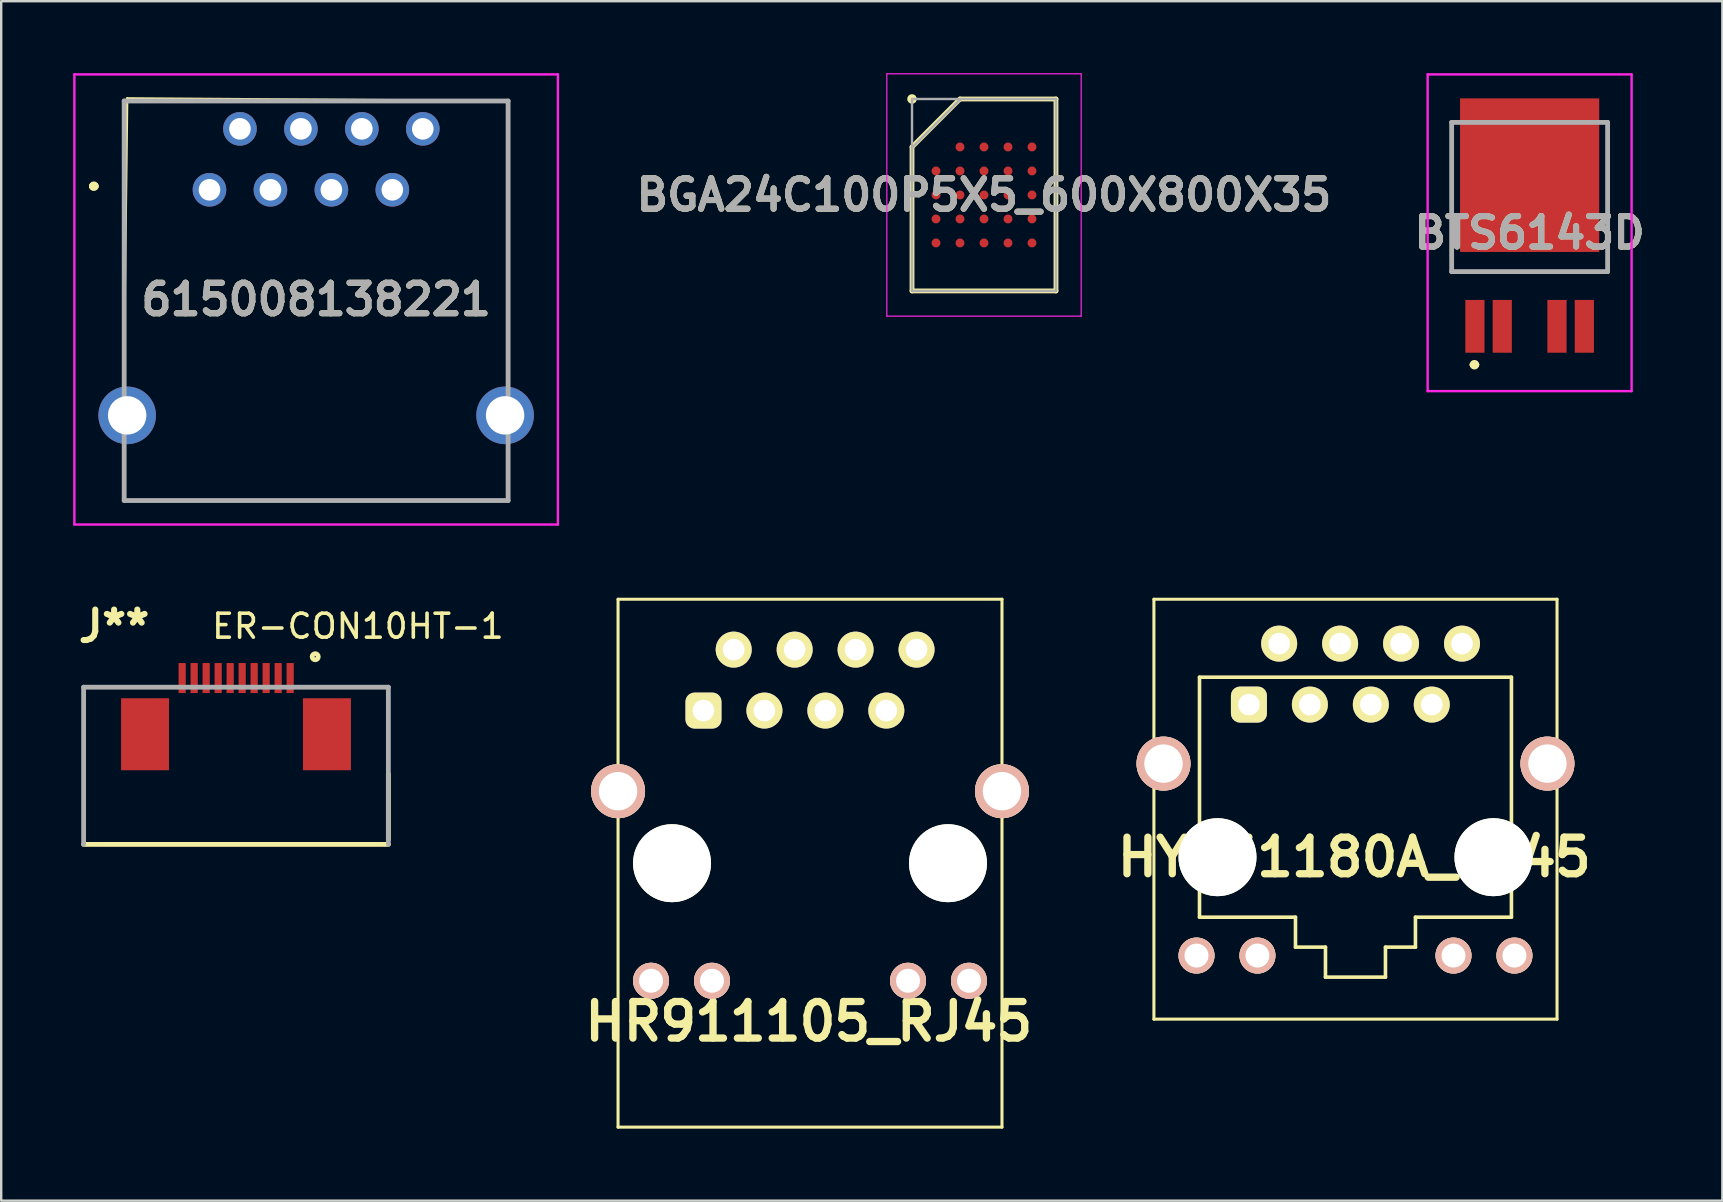
<source format=kicad_pcb>
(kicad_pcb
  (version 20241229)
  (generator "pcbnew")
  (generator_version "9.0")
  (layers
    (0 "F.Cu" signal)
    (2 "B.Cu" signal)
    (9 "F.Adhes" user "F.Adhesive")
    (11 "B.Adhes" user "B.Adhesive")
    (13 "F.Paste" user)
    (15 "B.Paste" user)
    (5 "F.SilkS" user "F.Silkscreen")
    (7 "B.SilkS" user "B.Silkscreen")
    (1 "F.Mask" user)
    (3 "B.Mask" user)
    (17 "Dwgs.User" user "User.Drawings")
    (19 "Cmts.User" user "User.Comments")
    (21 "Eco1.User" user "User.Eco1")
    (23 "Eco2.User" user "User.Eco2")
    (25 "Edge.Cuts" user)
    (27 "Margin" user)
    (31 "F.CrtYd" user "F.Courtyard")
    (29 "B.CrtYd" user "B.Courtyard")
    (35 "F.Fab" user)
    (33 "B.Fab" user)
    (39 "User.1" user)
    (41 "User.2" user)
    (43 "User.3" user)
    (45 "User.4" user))
  (footprint "HY951180A_RJ45"
    (layer "F.Cu")
    (at 53.439 32.673)
    (property "Reference" "HY951180A_RJ45" (at -0.051 0 0) (layer "F.SilkS") (effects (font (size 1.524 1.524) (thickness 0.305))))
    (attr through_hole)
    (fp_line (start -8.4 -10.75) (end -8.4 6.75) (stroke (width 0.127) (type solid)) (layer "F.SilkS"))
    (fp_line (start -8.4 -10.75) (end 8.4 -10.75) (stroke (width 0.127) (type solid)) (layer "F.SilkS"))
    (fp_line (start -8.4 6.75) (end 8.4 6.75) (stroke (width 0.127) (type solid)) (layer "F.SilkS"))
    (fp_line (start -6.5 -7.5) (end -6.5 2.5) (stroke (width 0.15) (type solid)) (layer "F.SilkS"))
    (fp_line (start -6.5 2.5) (end -2.5 2.5) (stroke (width 0.15) (type solid)) (layer "F.SilkS"))
    (fp_line (start -2.5 2.5) (end -2.5 3.75) (stroke (width 0.15) (type solid)) (layer "F.SilkS"))
    (fp_line (start -2.5 3.75) (end -1.25 3.75) (stroke (width 0.15) (type solid)) (layer "F.SilkS"))
    (fp_line (start -1.25 3.75) (end -1.25 5) (stroke (width 0.15) (type solid)) (layer "F.SilkS"))
    (fp_line (start -1.25 5) (end 1.25 5) (stroke (width 0.15) (type solid)) (layer "F.SilkS"))
    (fp_line (start 1.25 3.75) (end 1.25 5) (stroke (width 0.15) (type solid)) (layer "F.SilkS"))
    (fp_line (start 2.5 2.5) (end 6.5 2.5) (stroke (width 0.15) (type solid)) (layer "F.SilkS"))
    (fp_line (start 2.5 3.75) (end 1.25 3.75) (stroke (width 0.15) (type solid)) (layer "F.SilkS"))
    (fp_line (start 2.5 3.75) (end 2.5 2.5) (stroke (width 0.15) (type solid)) (layer "F.SilkS"))
    (fp_line (start 6.5 -7.5) (end -6.5 -7.5) (stroke (width 0.15) (type solid)) (layer "F.SilkS"))
    (fp_line (start 6.5 2.5) (end 6.5 -7.5) (stroke (width 0.15) (type solid)) (layer "F.SilkS"))
    (fp_line (start 8.4 -10.75) (end 8.4 6.75) (stroke (width 0.127) (type solid)) (layer "F.SilkS"))
    (pad "" np_thru_hole circle (at -5.75 0) (size 3.25 3.25) (drill 3.25) (layers "F.Cu" "F.SilkS"))
    (pad "" np_thru_hole circle (at 5.75 0) (size 3.25 3.25) (drill 3.25) (layers "F.Cu" "F.SilkS"))
    (pad "0" thru_hole circle (at -8 -3.9) (size 2.25 2.25) (drill 1.6) (layers "*.Cu" "*.SilkS" "*.Mask"))
    (pad "0" thru_hole circle (at 8 -3.9) (size 2.25 2.25) (drill 1.6) (layers "*.Cu" "*.SilkS" "*.Mask"))
    (pad "1" thru_hole roundrect (at -4.44 -6.36) (size 1.5 1.5) (drill 0.9) (layers "*.Cu" "*.Mask" "F.SilkS") (roundrect_rratio 0.25))
    (pad "2" thru_hole circle (at -3.18 -8.9) (size 1.5 1.5) (drill 0.9) (layers "*.Cu" "*.Mask" "F.SilkS"))
    (pad "3" thru_hole circle (at -1.9 -6.36) (size 1.5 1.5) (drill 0.9) (layers "*.Cu" "*.Mask" "F.SilkS"))
    (pad "4" thru_hole circle (at -0.64 -8.9) (size 1.5 1.5) (drill 0.9) (layers "*.Cu" "*.Mask" "F.SilkS"))
    (pad "5" thru_hole circle (at 0.64 -6.36) (size 1.5 1.5) (drill 0.9) (layers "*.Cu" "*.Mask" "F.SilkS"))
    (pad "6" thru_hole circle (at 1.9 -8.9) (size 1.5 1.5) (drill 0.9) (layers "*.Cu" "*.Mask" "F.SilkS"))
    (pad "7" thru_hole circle (at 3.18 -6.36) (size 1.5 1.5) (drill 0.9) (layers "*.Cu" "*.Mask" "F.SilkS"))
    (pad "8" thru_hole circle (at 4.44 -8.9) (size 1.5 1.5) (drill 0.9) (layers "*.Cu" "*.Mask" "F.SilkS"))
    (pad "9" thru_hole circle (at -6.625 4.1) (size 1.5 1.5) (drill 1) (layers "*.Cu" "*.SilkS" "*.Mask"))
    (pad "10" thru_hole circle (at -4.085 4.1) (size 1.5 1.5) (drill 1) (layers "*.Cu" "*.SilkS" "*.Mask"))
    (pad "11" thru_hole circle (at 4.085 4.1) (size 1.5 1.5) (drill 1) (layers "*.Cu" "*.SilkS" "*.Mask"))
    (pad "12" thru_hole circle (at 6.625 4.1) (size 1.5 1.5) (drill 1) (layers "*.Cu" "*.SilkS" "*.Mask")))
  (footprint "HR911105_RJ45"
    (layer "F.Cu")
    (at 30.707 32.923)
    (property "Reference" "HR911105_RJ45" (at -0.051 6.599 0) (layer "F.SilkS") (effects (font (size 1.524 1.524) (thickness 0.305))))
    (attr through_hole)
    (fp_line (start -8 -11) (end -8 11) (stroke (width 0.127) (type solid)) (layer "F.SilkS"))
    (fp_line (start -8 -11) (end 8 -11) (stroke (width 0.127) (type solid)) (layer "F.SilkS"))
    (fp_line (start -8 11) (end 8 11) (stroke (width 0.127) (type solid)) (layer "F.SilkS"))
    (fp_line (start 8 11) (end 8 -11) (stroke (width 0.127) (type solid)) (layer "F.SilkS"))
    (pad "" np_thru_hole circle (at -5.75 0) (size 3.25 3.25) (drill 3.25) (layers "F.Cu" "F.SilkS"))
    (pad "" np_thru_hole circle (at 5.75 0) (size 3.25 3.25) (drill 3.25) (layers "F.Cu" "F.SilkS"))
    (pad "0" thru_hole circle (at -8 -3) (size 2.25 2.25) (drill 1.6) (layers "*.Cu" "*.SilkS" "*.Mask"))
    (pad "0" thru_hole circle (at 8 -3) (size 2.25 2.25) (drill 1.6) (layers "*.Cu" "*.SilkS" "*.Mask"))
    (pad "1" thru_hole roundrect (at -4.44 -6.36) (size 1.5 1.5) (drill 0.9) (layers "*.Cu" "*.Mask" "F.SilkS") (roundrect_rratio 0.25))
    (pad "2" thru_hole circle (at -3.18 -8.9) (size 1.5 1.5) (drill 0.9) (layers "*.Cu" "*.Mask" "F.SilkS"))
    (pad "3" thru_hole circle (at -1.9 -6.36) (size 1.5 1.5) (drill 0.9) (layers "*.Cu" "*.Mask" "F.SilkS"))
    (pad "4" thru_hole circle (at -0.64 -8.9) (size 1.5 1.5) (drill 0.9) (layers "*.Cu" "*.Mask" "F.SilkS"))
    (pad "5" thru_hole circle (at 0.64 -6.36) (size 1.5 1.5) (drill 0.9) (layers "*.Cu" "*.Mask" "F.SilkS"))
    (pad "6" thru_hole circle (at 1.9 -8.9) (size 1.5 1.5) (drill 0.9) (layers "*.Cu" "*.Mask" "F.SilkS"))
    (pad "7" thru_hole circle (at 3.18 -6.36) (size 1.5 1.5) (drill 0.9) (layers "*.Cu" "*.Mask" "F.SilkS"))
    (pad "8" thru_hole circle (at 4.44 -8.9) (size 1.5 1.5) (drill 0.9) (layers "*.Cu" "*.Mask" "F.SilkS"))
    (pad "9" thru_hole circle (at -6.625 4.9) (size 1.5 1.5) (drill 1) (layers "*.Cu" "*.SilkS" "*.Mask"))
    (pad "10" thru_hole circle (at -4.085 4.9) (size 1.5 1.5) (drill 1) (layers "*.Cu" "*.SilkS" "*.Mask"))
    (pad "11" thru_hole circle (at 4.085 4.9) (size 1.5 1.5) (drill 1) (layers "*.Cu" "*.SilkS" "*.Mask"))
    (pad "12" thru_hole circle (at 6.625 4.9) (size 1.5 1.5) (drill 1) (layers "*.Cu" "*.SilkS" "*.Mask")))
  (footprint "BGA24C100P5X5_600X800X35"
    (layer "F.Cu")
    (at 37.958 5.075)
    (property "Reference" "BGA24C100P5X5_600X800X35" (at 0 0 0) (layer "F.SilkS") (effects (font (size 1.27 1.27) (thickness 0.254))))
    (attr smd)
    (fp_line (start -3 -2) (end -1 -4) (stroke (width 0.2) (type solid)) (layer "F.SilkS"))
    (fp_line (start -3 4) (end -3 -2) (stroke (width 0.2) (type solid)) (layer "F.SilkS"))
    (fp_line (start -1 -4) (end 3 -4) (stroke (width 0.2) (type solid)) (layer "F.SilkS"))
    (fp_line (start 3 -4) (end 3 4) (stroke (width 0.2) (type solid)) (layer "F.SilkS"))
    (fp_line (start 3 4) (end -3 4) (stroke (width 0.2) (type solid)) (layer "F.SilkS"))
    (fp_circle (center -3 -4) (end -3 -3.9) (stroke (width 0.2) (type solid)) (fill no) (layer "F.SilkS"))
    (fp_line (start -4.05 -5.05) (end 4.05 -5.05) (stroke (width 0.05) (type solid)) (layer "F.CrtYd"))
    (fp_line (start -4.05 5.05) (end -4.05 -5.05) (stroke (width 0.05) (type solid)) (layer "F.CrtYd"))
    (fp_line (start 4.05 -5.05) (end 4.05 5.05) (stroke (width 0.05) (type solid)) (layer "F.CrtYd"))
    (fp_line (start 4.05 5.05) (end -4.05 5.05) (stroke (width 0.05) (type solid)) (layer "F.CrtYd"))
    (fp_line (start -3 -4) (end 3 -4) (stroke (width 0.1) (type solid)) (layer "F.Fab"))
    (fp_line (start -3 -1.975) (end -0.975 -4) (stroke (width 0.1) (type solid)) (layer "F.Fab"))
    (fp_line (start -3 4) (end -3 -4) (stroke (width 0.1) (type solid)) (layer "F.Fab"))
    (fp_line (start 3 -4) (end 3 4) (stroke (width 0.1) (type solid)) (layer "F.Fab"))
    (fp_line (start 3 4) (end -3 4) (stroke (width 0.1) (type solid)) (layer "F.Fab"))
    (fp_text user "${REFERENCE}" (at 0 0 0) (layer "F.Fab") (effects (font (size 1.27 1.27) (thickness 0.254))))
    (pad "A2" smd circle (at -1 -2 90) (size 0.37 0.37) (layers "F.Cu" "F.Mask" "F.Paste"))
    (pad "A3" smd circle (at 0 -2 90) (size 0.37 0.37) (layers "F.Cu" "F.Mask" "F.Paste"))
    (pad "A4" smd circle (at 1 -2 90) (size 0.37 0.37) (layers "F.Cu" "F.Mask" "F.Paste"))
    (pad "A5" smd circle (at 2 -2 90) (size 0.37 0.37) (layers "F.Cu" "F.Mask" "F.Paste"))
    (pad "B1" smd circle (at -2 -1 90) (size 0.37 0.37) (layers "F.Cu" "F.Mask" "F.Paste"))
    (pad "B2" smd circle (at -1 -1 90) (size 0.37 0.37) (layers "F.Cu" "F.Mask" "F.Paste"))
    (pad "B3" smd circle (at 0 -1 90) (size 0.37 0.37) (layers "F.Cu" "F.Mask" "F.Paste"))
    (pad "B4" smd circle (at 1 -1 90) (size 0.37 0.37) (layers "F.Cu" "F.Mask" "F.Paste"))
    (pad "B5" smd circle (at 2 -1 90) (size 0.37 0.37) (layers "F.Cu" "F.Mask" "F.Paste"))
    (pad "C1" smd circle (at -2 0 90) (size 0.37 0.37) (layers "F.Cu" "F.Mask" "F.Paste"))
    (pad "C2" smd circle (at -1 0 90) (size 0.37 0.37) (layers "F.Cu" "F.Mask" "F.Paste"))
    (pad "C3" smd circle (at 0 0 90) (size 0.37 0.37) (layers "F.Cu" "F.Mask" "F.Paste"))
    (pad "C4" smd circle (at 1 0 90) (size 0.37 0.37) (layers "F.Cu" "F.Mask" "F.Paste"))
    (pad "C5" smd circle (at 2 0 90) (size 0.37 0.37) (layers "F.Cu" "F.Mask" "F.Paste"))
    (pad "D1" smd circle (at -2 1 90) (size 0.37 0.37) (layers "F.Cu" "F.Mask" "F.Paste"))
    (pad "D2" smd circle (at -1 1 90) (size 0.37 0.37) (layers "F.Cu" "F.Mask" "F.Paste"))
    (pad "D3" smd circle (at 0 1 90) (size 0.37 0.37) (layers "F.Cu" "F.Mask" "F.Paste"))
    (pad "D4" smd circle (at 1 1 90) (size 0.37 0.37) (layers "F.Cu" "F.Mask" "F.Paste"))
    (pad "D5" smd circle (at 2 1 90) (size 0.37 0.37) (layers "F.Cu" "F.Mask" "F.Paste"))
    (pad "E1" smd circle (at -2 2 90) (size 0.37 0.37) (layers "F.Cu" "F.Mask" "F.Paste"))
    (pad "E2" smd circle (at -1 2 90) (size 0.37 0.37) (layers "F.Cu" "F.Mask" "F.Paste"))
    (pad "E3" smd circle (at 0 2 90) (size 0.37 0.37) (layers "F.Cu" "F.Mask" "F.Paste"))
    (pad "E4" smd circle (at 1 2 90) (size 0.37 0.37) (layers "F.Cu" "F.Mask" "F.Paste"))
    (pad "E5" smd circle (at 2 2 90) (size 0.37 0.37) (layers "F.Cu" "F.Mask" "F.Paste")))
  (footprint "ER-CON10HT-1"
    (layer "F.Cu")
    (at 6.785 28.129)
    (property "Reference" "ER-CON10HT-1" (at 5.08 -5.08 0) (layer "F.SilkS") (effects (font (size 1 1) (thickness 0.15))))
    (attr through_hole)
    (fp_line (start -6.35 4.01) (end 6.35 4.01) (stroke (width 0.2) (type solid)) (layer "F.SilkS"))
    (fp_line (start 6.35 3.81) (end 6.35 1.074) (stroke (width 0.2) (type solid)) (layer "F.SilkS"))
    (fp_circle (center 3.302 -3.81) (end 3.302 -3.783) (stroke (width 0.2) (type solid)) (fill no) (layer "F.SilkS"))
    (fp_line (start -6.35 -2.54) (end 6.35 -2.54) (stroke (width 0.2) (type solid)) (layer "F.Fab"))
    (fp_line (start -6.35 4.01) (end -6.35 -2.54) (stroke (width 0.2) (type solid)) (layer "F.Fab"))
    (fp_line (start 6.35 -2.54) (end 6.35 4.01) (stroke (width 0.2) (type solid)) (layer "F.Fab"))
    (fp_text user "J**" (at -5.08 -5.08 0) (layer "F.SilkS") (effects (font (size 1.27 1.27) (thickness 0.254))))
    (pad "1" smd rect (at 2.257 -2.922) (size 0.3 1.25) (layers "F.Cu" "F.Paste"))
    (pad "2" smd rect (at 1.757 -2.922) (size 0.3 1.25) (layers "F.Cu" "F.Paste"))
    (pad "3" smd rect (at 1.257 -2.922) (size 0.3 1.25) (layers "F.Cu" "F.Paste"))
    (pad "4" smd rect (at 0.757 -2.922) (size 0.3 1.25) (layers "F.Cu" "F.Paste"))
    (pad "5" smd rect (at 0.257 -2.922) (size 0.3 1.25) (layers "F.Cu" "F.Paste"))
    (pad "6" smd rect (at -0.243 -2.922) (size 0.3 1.25) (layers "F.Cu" "F.Paste"))
    (pad "7" smd rect (at -0.743 -2.922) (size 0.3 1.25) (layers "F.Cu" "F.Paste"))
    (pad "7" smd rect (at 3.79 -0.579 90) (size 3 2) (layers "F.Cu" "F.Paste"))
    (pad "8" smd rect (at -3.79 -0.579 90) (size 3 2) (layers "F.Cu" "F.Paste"))
    (pad "8" smd rect (at -1.243 -2.922) (size 0.3 1.25) (layers "F.Cu" "F.Paste"))
    (pad "9" smd rect (at -1.743 -2.922) (size 0.3 1.25) (layers "F.Cu" "F.Paste"))
    (pad "10" smd rect (at -2.243 -2.922) (size 0.3 1.25) (layers "F.Cu" "F.Paste")))
  (footprint "615008138221"
    (layer "F.Cu")
    (at 5.68 4.86)
    (property "Reference" "615008138221" (at 4.445 4.57 0) (layer "F.SilkS") (effects (font (size 1.27 1.27) (thickness 0.254))))
    (attr through_hole)
    (fp_line (start -4.87 -0.15) (end -4.87 -0.15) (stroke (width 0.3) (type solid)) (layer "F.SilkS"))
    (fp_line (start -4.77 -0.15) (end -4.77 -0.15) (stroke (width 0.3) (type solid)) (layer "F.SilkS"))
    (fp_line (start -3.555 6.35) (end -3.43 -3.81) (stroke (width 0.1) (type solid)) (layer "F.SilkS"))
    (fp_line (start -3.555 12.95) (end 12.32 12.95) (stroke (width 0.1) (type solid)) (layer "F.SilkS"))
    (fp_line (start -3.43 -3.81) (end 12.445 -3.7) (stroke (width 0.1) (type solid)) (layer "F.SilkS"))
    (fp_line (start 12.445 -3.7) (end 12.445 6.35) (stroke (width 0.1) (type solid)) (layer "F.SilkS"))
    (fp_arc (start -4.87 -0.15) (mid -4.82 -0.2) (end -4.77 -0.15) (stroke (width 0.3) (type solid)) (layer "F.SilkS"))
    (fp_arc (start -4.77 -0.15) (mid -4.82 -0.1) (end -4.87 -0.15) (stroke (width 0.3) (type solid)) (layer "F.SilkS"))
    (fp_line (start -5.63 -4.81) (end 14.52 -4.81) (stroke (width 0.1) (type solid)) (layer "F.CrtYd"))
    (fp_line (start -5.63 13.95) (end -5.63 -4.81) (stroke (width 0.1) (type solid)) (layer "F.CrtYd"))
    (fp_line (start 14.52 -4.81) (end 14.52 13.95) (stroke (width 0.1) (type solid)) (layer "F.CrtYd"))
    (fp_line (start 14.52 13.95) (end -5.63 13.95) (stroke (width 0.1) (type solid)) (layer "F.CrtYd"))
    (fp_line (start -3.555 -3.7) (end 12.445 -3.7) (stroke (width 0.2) (type solid)) (layer "F.Fab"))
    (fp_line (start -3.555 12.95) (end -3.555 -3.7) (stroke (width 0.2) (type solid)) (layer "F.Fab"))
    (fp_line (start 12.445 -3.7) (end 12.445 12.95) (stroke (width 0.2) (type solid)) (layer "F.Fab"))
    (fp_line (start 12.445 12.95) (end -3.555 12.95) (stroke (width 0.2) (type solid)) (layer "F.Fab"))
    (fp_text user "${REFERENCE}" (at 4.445 4.57 0) (layer "F.Fab") (effects (font (size 1.27 1.27) (thickness 0.254))))
    (pad "" np_thru_hole circle (at -1.27 6.35) (size 0.001 0.001) (drill 3.17) (layers "*.Cu" "*.Mask"))
    (pad "" np_thru_hole circle (at 10.16 6.35) (size 0.001 0.001) (drill 3.17) (layers "*.Cu" "*.Mask"))
    (pad "1" thru_hole circle (at 0 0) (size 1.4 1.4) (drill 0.9) (layers "*.Cu" "*.Mask"))
    (pad "2" thru_hole circle (at 1.27 -2.54) (size 1.4 1.4) (drill 0.9) (layers "*.Cu" "*.Mask"))
    (pad "3" thru_hole circle (at 2.54 0) (size 1.4 1.4) (drill 0.9) (layers "*.Cu" "*.Mask"))
    (pad "4" thru_hole circle (at 3.81 -2.54) (size 1.4 1.4) (drill 0.9) (layers "*.Cu" "*.Mask"))
    (pad "5" thru_hole circle (at 5.08 0) (size 1.4 1.4) (drill 0.9) (layers "*.Cu" "*.Mask"))
    (pad "6" thru_hole circle (at 6.35 -2.54) (size 1.4 1.4) (drill 0.9) (layers "*.Cu" "*.Mask"))
    (pad "7" thru_hole circle (at 7.62 0) (size 1.4 1.4) (drill 0.9) (layers "*.Cu" "*.Mask"))
    (pad "8" thru_hole circle (at 8.89 -2.54) (size 1.4 1.4) (drill 0.9) (layers "*.Cu" "*.Mask"))
    (pad "MH3" thru_hole circle (at -3.43 9.4) (size 2.4 2.4) (drill 1.6) (layers "*.Cu" "*.Mask"))
    (pad "MH4" thru_hole circle (at 12.32 9.4) (size 2.4 2.4) (drill 1.6) (layers "*.Cu" "*.Mask")))
  (footprint "BTS6143D"
    (layer "F.Cu")
    (at 60.697 7.15)
    (property "Reference" "BTS6143D" (at 0 -0.5 0) (layer "F.SilkS") (effects (font (size 1.27 1.27) (thickness 0.254))))
    (attr smd)
    (fp_line (start -3.25 -5.1) (end -3.25 1.12) (stroke (width 0.1) (type solid)) (layer "F.SilkS"))
    (fp_line (start -3.25 1.12) (end 3.25 1.12) (stroke (width 0.1) (type solid)) (layer "F.SilkS"))
    (fp_line (start -2.4 5) (end -2.4 5) (stroke (width 0.2) (type solid)) (layer "F.SilkS"))
    (fp_line (start -2.2 5) (end -2.2 5) (stroke (width 0.2) (type solid)) (layer "F.SilkS"))
    (fp_line (start 3.25 1.12) (end 3.25 -5.1) (stroke (width 0.1) (type solid)) (layer "F.SilkS"))
    (fp_arc (start -2.4 5) (mid -2.3 4.9) (end -2.2 5) (stroke (width 0.2) (type solid)) (layer "F.SilkS"))
    (fp_arc (start -2.2 5) (mid -2.3 5.1) (end -2.4 5) (stroke (width 0.2) (type solid)) (layer "F.SilkS"))
    (fp_line (start -4.25 -7.1) (end 4.25 -7.1) (stroke (width 0.1) (type solid)) (layer "F.CrtYd"))
    (fp_line (start -4.25 6.1) (end -4.25 -7.1) (stroke (width 0.1) (type solid)) (layer "F.CrtYd"))
    (fp_line (start 4.25 -7.1) (end 4.25 6.1) (stroke (width 0.1) (type solid)) (layer "F.CrtYd"))
    (fp_line (start 4.25 6.1) (end -4.25 6.1) (stroke (width 0.1) (type solid)) (layer "F.CrtYd"))
    (fp_line (start -3.25 -5.1) (end 3.25 -5.1) (stroke (width 0.2) (type solid)) (layer "F.Fab"))
    (fp_line (start -3.25 1.12) (end -3.25 -5.1) (stroke (width 0.2) (type solid)) (layer "F.Fab"))
    (fp_line (start 3.25 -5.1) (end 3.25 1.12) (stroke (width 0.2) (type solid)) (layer "F.Fab"))
    (fp_line (start 3.25 1.12) (end -3.25 1.12) (stroke (width 0.2) (type solid)) (layer "F.Fab"))
    (fp_text user "${REFERENCE}" (at 0 -0.5 0) (layer "F.Fab") (effects (font (size 1.27 1.27) (thickness 0.254))))
    (pad "1" smd rect (at -2.28 3.4) (size 0.8 2.2) (layers "F.Cu" "F.Mask" "F.Paste"))
    (pad "2" smd rect (at -1.14 3.4) (size 0.8 2.2) (layers "F.Cu" "F.Mask" "F.Paste"))
    (pad "3" smd rect (at 0 -2.9) (size 5.8 6.4) (layers "F.Cu" "F.Mask" "F.Paste"))
    (pad "4" smd rect (at 1.14 3.4) (size 0.8 2.2) (layers "F.Cu" "F.Mask" "F.Paste"))
    (pad "5" smd rect (at 2.28 3.4) (size 0.8 2.2) (layers "F.Cu" "F.Mask" "F.Paste")))
  (gr_rect
    (start -3 -3)
    (end 68.729 46.987)
    (stroke (width 0.1) (type default))
    (fill no)
    (layer "Edge.Cuts")))
</source>
